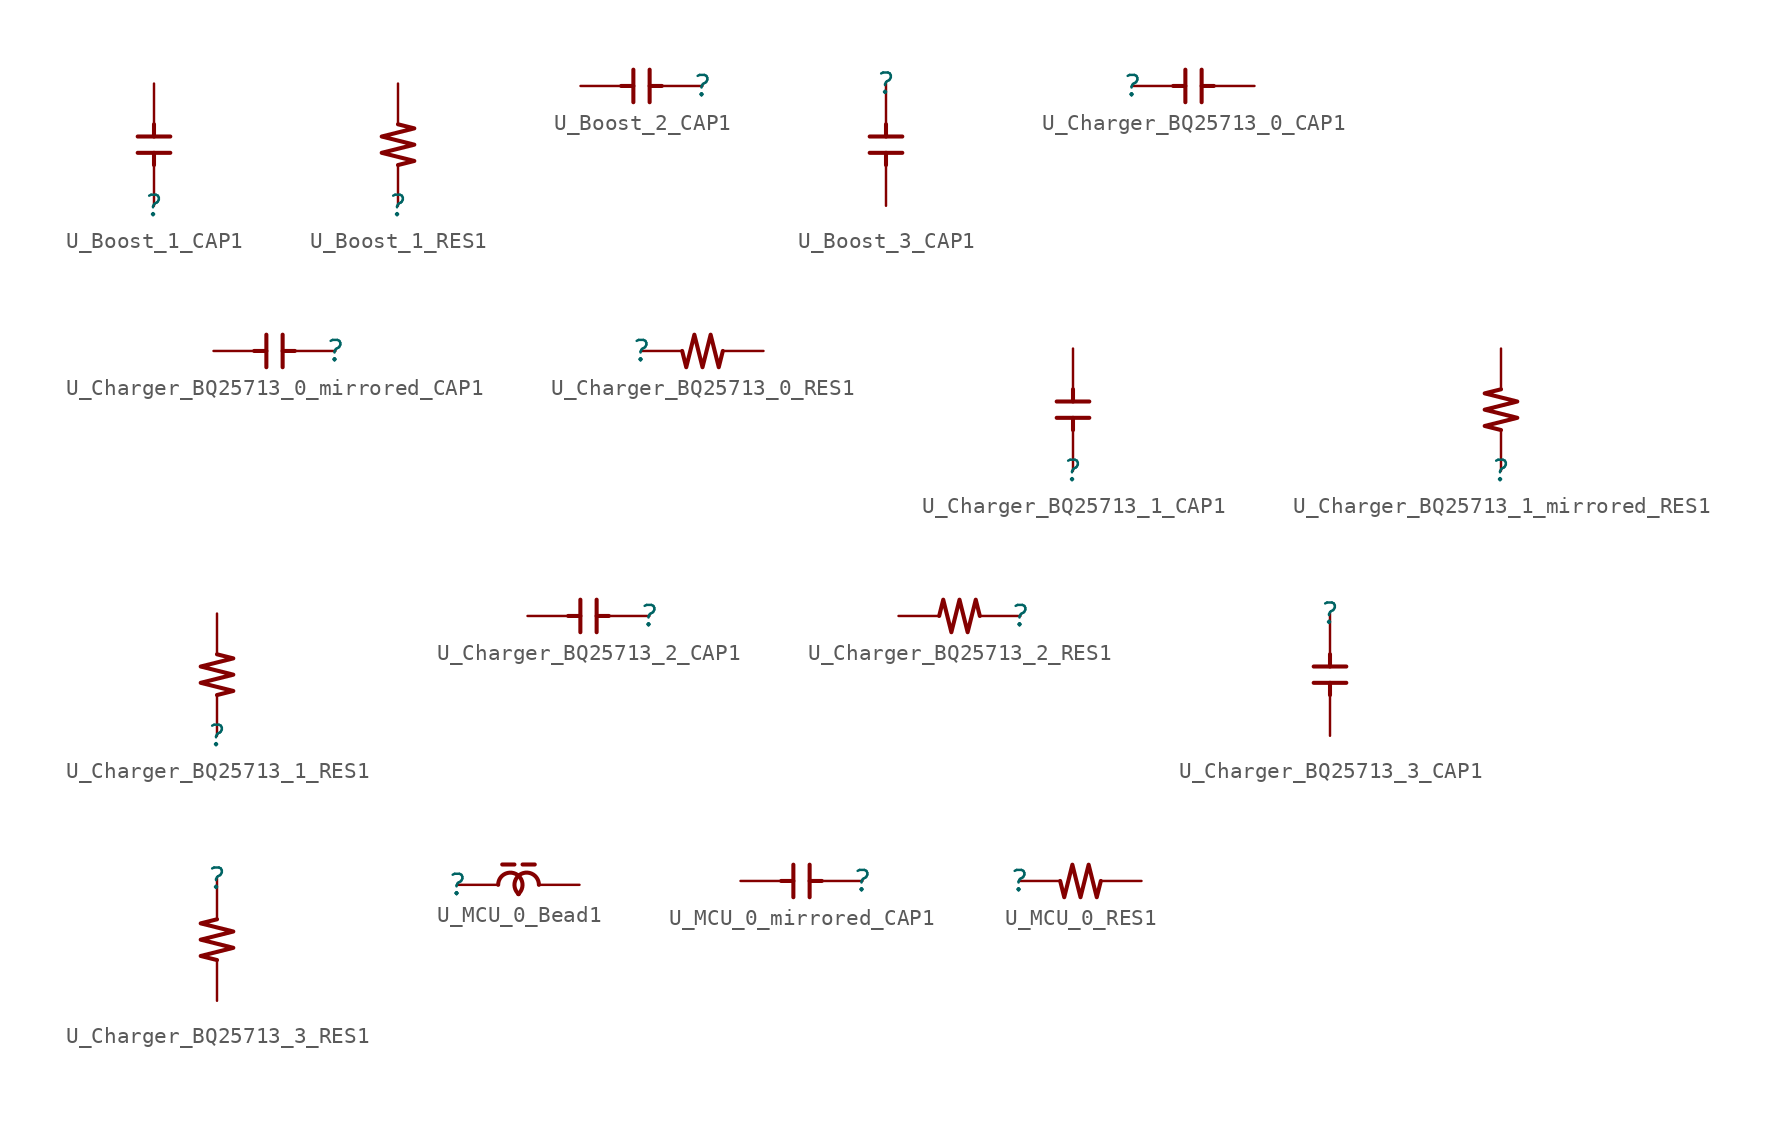
<source format=kicad_sym>
(kicad_symbol_lib
  (version 20231120)
  (generator "kicad_symbol_editor")
  (generator_version "8.0")
  (symbol "U_Boost_1_CAP1"
    (property "Reference" ""
      (at 0 0 0)
      (effects (font (size 1.27 1.27))))
    (property "Value" ""
      (at 0 0 0)
      (effects (font (size 1.27 1.27))))
    (symbol "U_Boost_1_CAP1_1_0"
      (polyline (pts (xy -1.016 3.302) (xy 1.016 3.302)) (stroke (width 0.254) (type solid)) (fill (type none)))
      (polyline (pts (xy -1.016 4.318) (xy 1.016 4.318)) (stroke (width 0.254) (type solid)) (fill (type none)))
      (polyline (pts (xy 0 2.54) (xy 0 3.302)) (stroke (width 0.254) (type solid)) (fill (type none)))
      (polyline (pts (xy 0 5.08) (xy 0 4.318)) (stroke (width 0.254) (type solid)) (fill (type none)))
      (pin passive line (at 0 0 90) (length 2.54) (name "1" (effects (font (size 0 0)))) (number "1" (effects (font (size 0 0)))))
      (pin passive line (at 0 7.62 270) (length 2.54) (name "2" (effects (font (size 0 0)))) (number "2" (effects (font (size 0 0)))))))
  (symbol "U_Boost_1_RES1"
    (property "Reference" ""
      (at 0 0 0)
      (effects (font (size 1.27 1.27))))
    (property "Value" ""
      (at 0 0 0)
      (effects (font (size 1.27 1.27))))
    (symbol "U_Boost_1_RES1_1_0"
      (polyline (pts (xy 0 2.54) (xy 1.016 2.794) (xy -1.016 3.302) (xy 1.016 3.81) (xy -1.016 4.318) (xy 1.016 4.826) (xy 0 5.08)) (stroke (width 0.254) (type solid)) (fill (type none)))
      (pin passive line (at 0 0 90) (length 2.54) (name "1" (effects (font (size 0 0)))) (number "1" (effects (font (size 0 0)))))
      (pin passive line (at 0 7.62 270) (length 2.54) (name "2" (effects (font (size 0 0)))) (number "2" (effects (font (size 0 0)))))))
  (symbol "U_Boost_2_CAP1"
    (property "Reference" ""
      (at 0 0 0)
      (effects (font (size 1.27 1.27))))
    (property "Value" ""
      (at 0 0 0)
      (effects (font (size 1.27 1.27))))
    (symbol "U_Boost_2_CAP1_1_0"
      (polyline (pts (xy -5.08 0) (xy -4.318 0)) (stroke (width 0.254) (type solid)) (fill (type none)))
      (polyline (pts (xy -4.318 -1.016) (xy -4.318 1.016)) (stroke (width 0.254) (type solid)) (fill (type none)))
      (polyline (pts (xy -3.302 -1.016) (xy -3.302 1.016)) (stroke (width 0.254) (type solid)) (fill (type none)))
      (polyline (pts (xy -2.54 0) (xy -3.302 0)) (stroke (width 0.254) (type solid)) (fill (type none)))
      (pin passive line (at 0 0 180) (length 2.54) (name "1" (effects (font (size 0 0)))) (number "1" (effects (font (size 0 0)))))
      (pin passive line (at -7.62 0 0) (length 2.54) (name "2" (effects (font (size 0 0)))) (number "2" (effects (font (size 0 0)))))))
  (symbol "U_Boost_3_CAP1"
    (property "Reference" ""
      (at 0 0 0)
      (effects (font (size 1.27 1.27))))
    (property "Value" ""
      (at 0 0 0)
      (effects (font (size 1.27 1.27))))
    (symbol "U_Boost_3_CAP1_1_0"
      (polyline (pts (xy 0 -5.08) (xy 0 -4.318)) (stroke (width 0.254) (type solid)) (fill (type none)))
      (polyline (pts (xy 0 -2.54) (xy 0 -3.302)) (stroke (width 0.254) (type solid)) (fill (type none)))
      (polyline (pts (xy 1.016 -4.318) (xy -1.016 -4.318)) (stroke (width 0.254) (type solid)) (fill (type none)))
      (polyline (pts (xy 1.016 -3.302) (xy -1.016 -3.302)) (stroke (width 0.254) (type solid)) (fill (type none)))
      (pin passive line (at 0 0 270) (length 2.54) (name "1" (effects (font (size 0 0)))) (number "1" (effects (font (size 0 0)))))
      (pin passive line (at 0 -7.62 90) (length 2.54) (name "2" (effects (font (size 0 0)))) (number "2" (effects (font (size 0 0)))))))
  (symbol "U_Charger_BQ25713_0_CAP1"
    (property "Reference" ""
      (at 0 0 0)
      (effects (font (size 1.27 1.27))))
    (property "Value" ""
      (at 0 0 0)
      (effects (font (size 1.27 1.27))))
    (symbol "U_Charger_BQ25713_0_CAP1_1_0"
      (polyline (pts (xy 2.54 0) (xy 3.302 0)) (stroke (width 0.254) (type solid)) (fill (type none)))
      (polyline (pts (xy 3.302 1.016) (xy 3.302 -1.016)) (stroke (width 0.254) (type solid)) (fill (type none)))
      (polyline (pts (xy 4.318 1.016) (xy 4.318 -1.016)) (stroke (width 0.254) (type solid)) (fill (type none)))
      (polyline (pts (xy 5.08 0) (xy 4.318 0)) (stroke (width 0.254) (type solid)) (fill (type none)))
      (pin passive line (at 0 0 0) (length 2.54) (name "1" (effects (font (size 0 0)))) (number "1" (effects (font (size 0 0)))))
      (pin passive line (at 7.62 0 180) (length 2.54) (name "2" (effects (font (size 0 0)))) (number "2" (effects (font (size 0 0)))))))
  (symbol "U_Charger_BQ25713_0_mirrored_CAP1"
    (property "Reference" ""
      (at 0 0 0)
      (effects (font (size 1.27 1.27))))
    (property "Value" ""
      (at 0 0 0)
      (effects (font (size 1.27 1.27))))
    (symbol "U_Charger_BQ25713_0_mirrored_CAP1_1_0"
      (polyline (pts (xy -5.08 0) (xy -4.318 0)) (stroke (width 0.254) (type solid)) (fill (type none)))
      (polyline (pts (xy -4.318 1.016) (xy -4.318 -1.016)) (stroke (width 0.254) (type solid)) (fill (type none)))
      (polyline (pts (xy -3.302 1.016) (xy -3.302 -1.016)) (stroke (width 0.254) (type solid)) (fill (type none)))
      (polyline (pts (xy -2.54 0) (xy -3.302 0)) (stroke (width 0.254) (type solid)) (fill (type none)))
      (pin passive line (at 0 0 180) (length 2.54) (name "1" (effects (font (size 0 0)))) (number "1" (effects (font (size 0 0)))))
      (pin passive line (at -7.62 0 0) (length 2.54) (name "2" (effects (font (size 0 0)))) (number "2" (effects (font (size 0 0)))))))
  (symbol "U_Charger_BQ25713_0_RES1"
    (property "Reference" ""
      (at 0 0 0)
      (effects (font (size 1.27 1.27))))
    (property "Value" ""
      (at 0 0 0)
      (effects (font (size 1.27 1.27))))
    (symbol "U_Charger_BQ25713_0_RES1_1_0"
      (polyline (pts (xy 2.54 0) (xy 2.794 -1.016) (xy 3.302 1.016) (xy 3.81 -1.016) (xy 4.318 1.016) (xy 4.826 -1.016) (xy 5.08 0)) (stroke (width 0.254) (type solid)) (fill (type none)))
      (pin passive line (at 0 0 0) (length 2.54) (name "1" (effects (font (size 0 0)))) (number "1" (effects (font (size 0 0)))))
      (pin passive line (at 7.62 0 180) (length 2.54) (name "2" (effects (font (size 0 0)))) (number "2" (effects (font (size 0 0)))))))
  (symbol "U_Charger_BQ25713_1_CAP1"
    (property "Reference" ""
      (at 0 0 0)
      (effects (font (size 1.27 1.27))))
    (property "Value" ""
      (at 0 0 0)
      (effects (font (size 1.27 1.27))))
    (symbol "U_Charger_BQ25713_1_CAP1_1_0"
      (polyline (pts (xy -1.016 3.302) (xy 1.016 3.302)) (stroke (width 0.254) (type solid)) (fill (type none)))
      (polyline (pts (xy -1.016 4.318) (xy 1.016 4.318)) (stroke (width 0.254) (type solid)) (fill (type none)))
      (polyline (pts (xy 0 2.54) (xy 0 3.302)) (stroke (width 0.254) (type solid)) (fill (type none)))
      (polyline (pts (xy 0 5.08) (xy 0 4.318)) (stroke (width 0.254) (type solid)) (fill (type none)))
      (pin passive line (at 0 0 90) (length 2.54) (name "1" (effects (font (size 0 0)))) (number "1" (effects (font (size 0 0)))))
      (pin passive line (at 0 7.62 270) (length 2.54) (name "2" (effects (font (size 0 0)))) (number "2" (effects (font (size 0 0)))))))
  (symbol "U_Charger_BQ25713_1_mirrored_RES1"
    (property "Reference" ""
      (at 0 0 0)
      (effects (font (size 1.27 1.27))))
    (property "Value" ""
      (at 0 0 0)
      (effects (font (size 1.27 1.27))))
    (symbol "U_Charger_BQ25713_1_mirrored_RES1_1_0"
      (polyline (pts (xy 0 2.54) (xy -1.016 2.794) (xy 1.016 3.302) (xy -1.016 3.81) (xy 1.016 4.318) (xy -1.016 4.826) (xy 0 5.08)) (stroke (width 0.254) (type solid)) (fill (type none)))
      (pin passive line (at 0 0 90) (length 2.54) (name "1" (effects (font (size 0 0)))) (number "1" (effects (font (size 0 0)))))
      (pin passive line (at 0 7.62 270) (length 2.54) (name "2" (effects (font (size 0 0)))) (number "2" (effects (font (size 0 0)))))))
  (symbol "U_Charger_BQ25713_1_RES1"
    (property "Reference" ""
      (at 0 0 0)
      (effects (font (size 1.27 1.27))))
    (property "Value" ""
      (at 0 0 0)
      (effects (font (size 1.27 1.27))))
    (symbol "U_Charger_BQ25713_1_RES1_1_0"
      (polyline (pts (xy 0 2.54) (xy 1.016 2.794) (xy -1.016 3.302) (xy 1.016 3.81) (xy -1.016 4.318) (xy 1.016 4.826) (xy 0 5.08)) (stroke (width 0.254) (type solid)) (fill (type none)))
      (pin passive line (at 0 0 90) (length 2.54) (name "1" (effects (font (size 0 0)))) (number "1" (effects (font (size 0 0)))))
      (pin passive line (at 0 7.62 270) (length 2.54) (name "2" (effects (font (size 0 0)))) (number "2" (effects (font (size 0 0)))))))
  (symbol "U_Charger_BQ25713_2_CAP1"
    (property "Reference" ""
      (at 0 0 0)
      (effects (font (size 1.27 1.27))))
    (property "Value" ""
      (at 0 0 0)
      (effects (font (size 1.27 1.27))))
    (symbol "U_Charger_BQ25713_2_CAP1_1_0"
      (polyline (pts (xy -5.08 0) (xy -4.318 0)) (stroke (width 0.254) (type solid)) (fill (type none)))
      (polyline (pts (xy -4.318 -1.016) (xy -4.318 1.016)) (stroke (width 0.254) (type solid)) (fill (type none)))
      (polyline (pts (xy -3.302 -1.016) (xy -3.302 1.016)) (stroke (width 0.254) (type solid)) (fill (type none)))
      (polyline (pts (xy -2.54 0) (xy -3.302 0)) (stroke (width 0.254) (type solid)) (fill (type none)))
      (pin passive line (at 0 0 180) (length 2.54) (name "1" (effects (font (size 0 0)))) (number "1" (effects (font (size 0 0)))))
      (pin passive line (at -7.62 0 0) (length 2.54) (name "2" (effects (font (size 0 0)))) (number "2" (effects (font (size 0 0)))))))
  (symbol "U_Charger_BQ25713_2_RES1"
    (property "Reference" ""
      (at 0 0 0)
      (effects (font (size 1.27 1.27))))
    (property "Value" ""
      (at 0 0 0)
      (effects (font (size 1.27 1.27))))
    (symbol "U_Charger_BQ25713_2_RES1_1_0"
      (polyline (pts (xy -2.54 0) (xy -2.794 1.016) (xy -3.302 -1.016) (xy -3.81 1.016) (xy -4.318 -1.016) (xy -4.826 1.016) (xy -5.08 0)) (stroke (width 0.254) (type solid)) (fill (type none)))
      (pin passive line (at 0 0 180) (length 2.54) (name "1" (effects (font (size 0 0)))) (number "1" (effects (font (size 0 0)))))
      (pin passive line (at -7.62 0 0) (length 2.54) (name "2" (effects (font (size 0 0)))) (number "2" (effects (font (size 0 0)))))))
  (symbol "U_Charger_BQ25713_3_CAP1"
    (property "Reference" ""
      (at 0 0 0)
      (effects (font (size 1.27 1.27))))
    (property "Value" ""
      (at 0 0 0)
      (effects (font (size 1.27 1.27))))
    (symbol "U_Charger_BQ25713_3_CAP1_1_0"
      (polyline (pts (xy 0 -5.08) (xy 0 -4.318)) (stroke (width 0.254) (type solid)) (fill (type none)))
      (polyline (pts (xy 0 -2.54) (xy 0 -3.302)) (stroke (width 0.254) (type solid)) (fill (type none)))
      (polyline (pts (xy 1.016 -4.318) (xy -1.016 -4.318)) (stroke (width 0.254) (type solid)) (fill (type none)))
      (polyline (pts (xy 1.016 -3.302) (xy -1.016 -3.302)) (stroke (width 0.254) (type solid)) (fill (type none)))
      (pin passive line (at 0 0 270) (length 2.54) (name "1" (effects (font (size 0 0)))) (number "1" (effects (font (size 0 0)))))
      (pin passive line (at 0 -7.62 90) (length 2.54) (name "2" (effects (font (size 0 0)))) (number "2" (effects (font (size 0 0)))))))
  (symbol "U_Charger_BQ25713_3_RES1"
    (property "Reference" ""
      (at 0 0 0)
      (effects (font (size 1.27 1.27))))
    (property "Value" ""
      (at 0 0 0)
      (effects (font (size 1.27 1.27))))
    (symbol "U_Charger_BQ25713_3_RES1_1_0"
      (polyline (pts (xy 0 -2.54) (xy -1.016 -2.794) (xy 1.016 -3.302) (xy -1.016 -3.81) (xy 1.016 -4.318) (xy -1.016 -4.826) (xy 0 -5.08)) (stroke (width 0.254) (type solid)) (fill (type none)))
      (pin passive line (at 0 0 270) (length 2.54) (name "1" (effects (font (size 0 0)))) (number "1" (effects (font (size 0 0)))))
      (pin passive line (at 0 -7.62 90) (length 2.54) (name "2" (effects (font (size 0 0)))) (number "2" (effects (font (size 0 0)))))))
  (symbol "U_MCU_0_Bead1"
    (property "Reference" ""
      (at 0 0 0)
      (effects (font (size 1.27 1.27))))
    (property "Value" ""
      (at 0 0 0)
      (effects (font (size 1.27 1.27))))
    (symbol "U_MCU_0_Bead1_1_0"
      (polyline (pts (xy 2.794 1.27) (xy 3.556 1.27)) (stroke (width 0.254) (type solid)) (fill (type none)))
      (polyline (pts (xy 4.064 1.27) (xy 4.826 1.27)) (stroke (width 0.254) (type solid)) (fill (type none)))
      (arc (start 3.7918 -0.5837) (mid 3.624 0.6906) (end 2.54 0) (stroke (width 0.254) (type solid)) (fill (type none)))
      (arc (start 5.08 0) (mid 3.996 0.6906) (end 3.8282 -0.5837) (stroke (width 0.254) (type solid)) (fill (type none)))
      (pin passive line (at 0 0 0) (length 2.54) (name "1" (effects (font (size 0 0)))) (number "1" (effects (font (size 0 0)))))
      (pin passive line (at 7.62 0 180) (length 2.54) (name "2" (effects (font (size 0 0)))) (number "2" (effects (font (size 0 0)))))))
  (symbol "U_MCU_0_mirrored_CAP1"
    (property "Reference" ""
      (at 0 0 0)
      (effects (font (size 1.27 1.27))))
    (property "Value" ""
      (at 0 0 0)
      (effects (font (size 1.27 1.27))))
    (symbol "U_MCU_0_mirrored_CAP1_1_0"
      (polyline (pts (xy -5.08 0) (xy -4.318 0)) (stroke (width 0.254) (type solid)) (fill (type none)))
      (polyline (pts (xy -4.318 1.016) (xy -4.318 -1.016)) (stroke (width 0.254) (type solid)) (fill (type none)))
      (polyline (pts (xy -3.302 1.016) (xy -3.302 -1.016)) (stroke (width 0.254) (type solid)) (fill (type none)))
      (polyline (pts (xy -2.54 0) (xy -3.302 0)) (stroke (width 0.254) (type solid)) (fill (type none)))
      (pin passive line (at 0 0 180) (length 2.54) (name "1" (effects (font (size 0 0)))) (number "1" (effects (font (size 0 0)))))
      (pin passive line (at -7.62 0 0) (length 2.54) (name "2" (effects (font (size 0 0)))) (number "2" (effects (font (size 0 0)))))))
  (symbol "U_MCU_0_RES1"
    (property "Reference" ""
      (at 0 0 0)
      (effects (font (size 1.27 1.27))))
    (property "Value" ""
      (at 0 0 0)
      (effects (font (size 1.27 1.27))))
    (symbol "U_MCU_0_RES1_1_0"
      (polyline (pts (xy 2.54 0) (xy 2.794 -1.016) (xy 3.302 1.016) (xy 3.81 -1.016) (xy 4.318 1.016) (xy 4.826 -1.016) (xy 5.08 0)) (stroke (width 0.254) (type solid)) (fill (type none)))
      (pin passive line (at 0 0 0) (length 2.54) (name "1" (effects (font (size 0 0)))) (number "1" (effects (font (size 0 0)))))
      (pin passive line (at 7.62 0 180) (length 2.54) (name "2" (effects (font (size 0 0)))) (number "2" (effects (font (size 0 0))))))))
</source>
